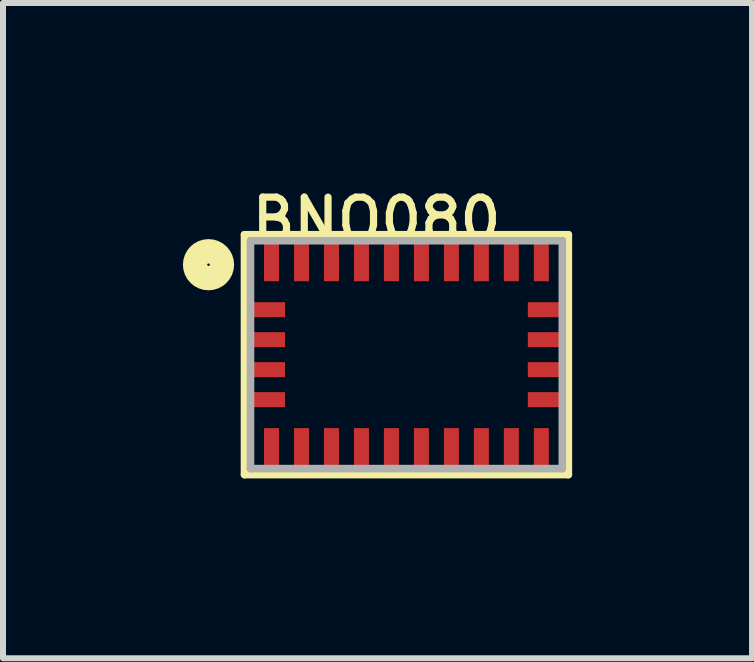
<source format=kicad_pcb>
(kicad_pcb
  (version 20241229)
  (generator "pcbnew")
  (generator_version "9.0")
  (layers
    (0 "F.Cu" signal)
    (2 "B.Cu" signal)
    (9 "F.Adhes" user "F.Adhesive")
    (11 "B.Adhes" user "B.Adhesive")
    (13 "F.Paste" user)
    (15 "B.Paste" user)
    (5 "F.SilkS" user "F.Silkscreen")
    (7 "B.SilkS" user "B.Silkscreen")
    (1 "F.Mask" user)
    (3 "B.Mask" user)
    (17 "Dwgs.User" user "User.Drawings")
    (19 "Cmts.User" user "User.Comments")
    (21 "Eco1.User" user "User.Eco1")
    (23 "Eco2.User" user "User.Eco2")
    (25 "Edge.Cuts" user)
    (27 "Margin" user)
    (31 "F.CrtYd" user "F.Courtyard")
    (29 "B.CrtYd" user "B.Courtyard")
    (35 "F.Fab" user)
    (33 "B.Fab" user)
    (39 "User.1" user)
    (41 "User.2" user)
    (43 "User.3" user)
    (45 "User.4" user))
  (footprint "BNO080"
    (layer "F.Cu")
    (at 3.727 2.864)
    (property "Reference" "BNO080" (at -2.64 -2.248 0) (layer "F.SilkS") (effects (font (size 0.693 0.693) (thickness 0.12)) (justify left)))
    (fp_line (start -2.7 -2) (end 2.7 -2) (stroke (width 0.127) (type solid)) (layer "F.SilkS"))
    (fp_line (start -2.7 2) (end -2.7 -2) (stroke (width 0.127) (type solid)) (layer "F.SilkS"))
    (fp_line (start 2.7 -2) (end 2.7 2) (stroke (width 0.127) (type solid)) (layer "F.SilkS"))
    (fp_line (start 2.7 2) (end -2.7 2) (stroke (width 0.127) (type solid)) (layer "F.SilkS"))
    (fp_circle (center -3.3 -1.5) (end -3.076 -1.5) (stroke (width 0.406) (type solid)) (fill no) (layer "F.SilkS"))
    (fp_line (start -2.6 -1.9) (end 2.6 -1.9) (stroke (width 0.127) (type solid)) (layer "F.Fab"))
    (fp_line (start -2.6 1.9) (end -2.6 -1.9) (stroke (width 0.127) (type solid)) (layer "F.Fab"))
    (fp_line (start 2.6 -1.9) (end 2.6 1.9) (stroke (width 0.127) (type solid)) (layer "F.Fab"))
    (fp_line (start 2.6 1.9) (end -2.6 1.9) (stroke (width 0.127) (type solid)) (layer "F.Fab"))
    (pad "1" smd rect (at -2.25 -1.562) (size 0.25 0.675) (layers "F.Cu" "F.Mask" "F.Paste"))
    (pad "2" smd rect (at -2.312 -0.75 90) (size 0.25 0.575) (layers "F.Cu" "F.Mask" "F.Paste"))
    (pad "3" smd rect (at -2.312 -0.25 90) (size 0.25 0.575) (layers "F.Cu" "F.Mask" "F.Paste"))
    (pad "4" smd rect (at -2.312 0.25 90) (size 0.25 0.575) (layers "F.Cu" "F.Mask" "F.Paste"))
    (pad "5" smd rect (at -2.312 0.75 90) (size 0.25 0.575) (layers "F.Cu" "F.Mask" "F.Paste"))
    (pad "6" smd rect (at -2.25 1.562) (size 0.25 0.675) (layers "F.Cu" "F.Mask" "F.Paste"))
    (pad "7" smd rect (at -1.75 1.562) (size 0.25 0.675) (layers "F.Cu" "F.Mask" "F.Paste"))
    (pad "8" smd rect (at -1.25 1.562) (size 0.25 0.675) (layers "F.Cu" "F.Mask" "F.Paste"))
    (pad "9" smd rect (at -0.75 1.562) (size 0.25 0.675) (layers "F.Cu" "F.Mask" "F.Paste"))
    (pad "10" smd rect (at -0.25 1.562) (size 0.25 0.675) (layers "F.Cu" "F.Mask" "F.Paste"))
    (pad "11" smd rect (at 0.25 1.562) (size 0.25 0.675) (layers "F.Cu" "F.Mask" "F.Paste"))
    (pad "12" smd rect (at 0.75 1.562) (size 0.25 0.675) (layers "F.Cu" "F.Mask" "F.Paste"))
    (pad "13" smd rect (at 1.25 1.562) (size 0.25 0.675) (layers "F.Cu" "F.Mask" "F.Paste"))
    (pad "14" smd rect (at 1.75 1.562) (size 0.25 0.675) (layers "F.Cu" "F.Mask" "F.Paste"))
    (pad "15" smd rect (at 2.25 1.562) (size 0.25 0.675) (layers "F.Cu" "F.Mask" "F.Paste"))
    (pad "16" smd rect (at 2.312 0.75 90) (size 0.25 0.575) (layers "F.Cu" "F.Mask" "F.Paste"))
    (pad "17" smd rect (at 2.312 0.25 90) (size 0.25 0.575) (layers "F.Cu" "F.Mask" "F.Paste"))
    (pad "18" smd rect (at 2.312 -0.25 90) (size 0.25 0.575) (layers "F.Cu" "F.Mask" "F.Paste"))
    (pad "19" smd rect (at 2.312 -0.75 90) (size 0.25 0.575) (layers "F.Cu" "F.Mask" "F.Paste"))
    (pad "20" smd rect (at 2.25 -1.562) (size 0.25 0.675) (layers "F.Cu" "F.Mask" "F.Paste"))
    (pad "21" smd rect (at 1.75 -1.562) (size 0.25 0.675) (layers "F.Cu" "F.Mask" "F.Paste"))
    (pad "22" smd rect (at 1.25 -1.562) (size 0.25 0.675) (layers "F.Cu" "F.Mask" "F.Paste"))
    (pad "23" smd rect (at 0.75 -1.562) (size 0.25 0.675) (layers "F.Cu" "F.Mask" "F.Paste"))
    (pad "24" smd rect (at 0.25 -1.562) (size 0.25 0.675) (layers "F.Cu" "F.Mask" "F.Paste"))
    (pad "25" smd rect (at -0.25 -1.562) (size 0.25 0.675) (layers "F.Cu" "F.Mask" "F.Paste"))
    (pad "26" smd rect (at -0.75 -1.562) (size 0.25 0.675) (layers "F.Cu" "F.Mask" "F.Paste"))
    (pad "27" smd rect (at -1.25 -1.562) (size 0.25 0.675) (layers "F.Cu" "F.Mask" "F.Paste"))
    (pad "28" smd rect (at -1.75 -1.562) (size 0.25 0.675) (layers "F.Cu" "F.Mask" "F.Paste")))
  (gr_rect
    (start -3 -3)
    (end 9.49 7.927)
    (stroke (width 0.1) (type default))
    (fill no)
    (layer "Edge.Cuts")))
</source>
